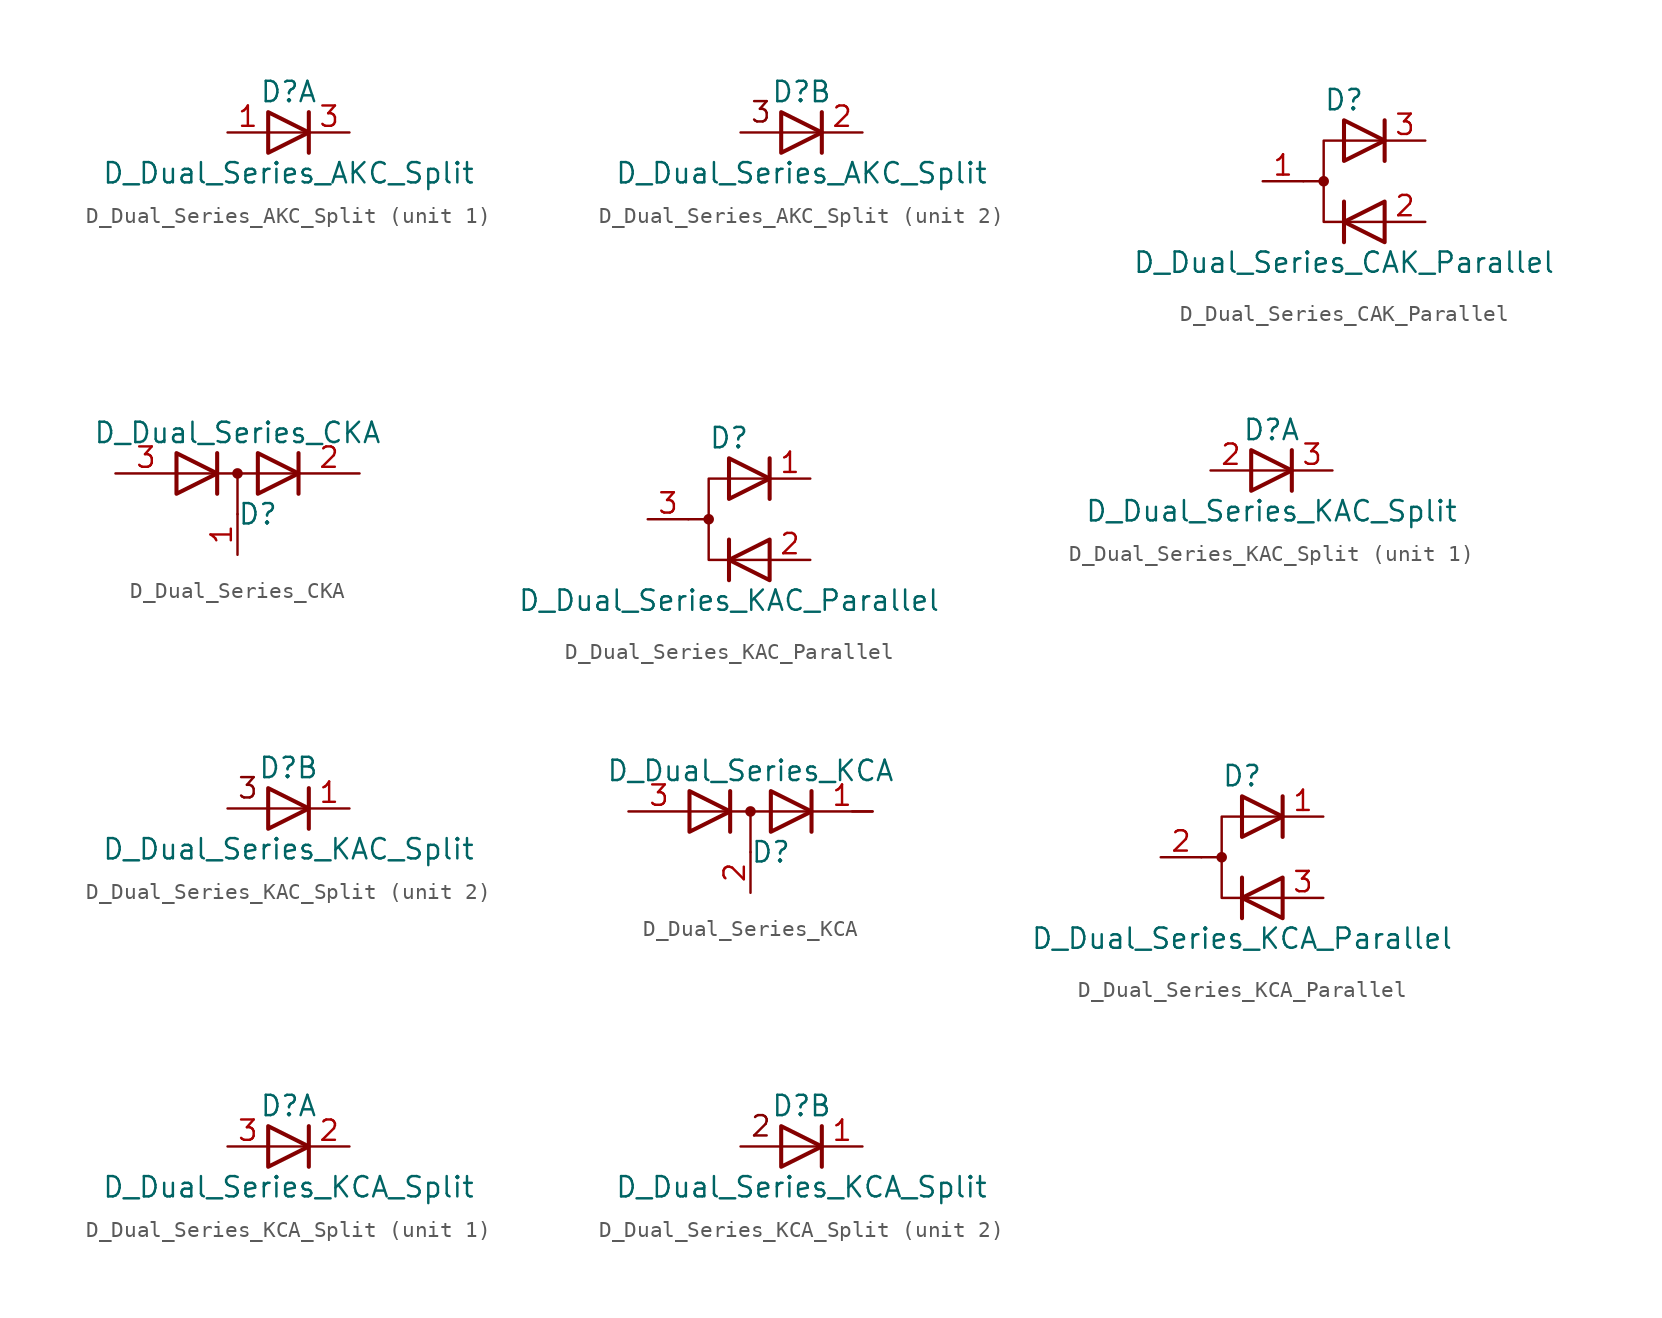
<source format=kicad_sym>
(kicad_symbol_lib
  (version 20211014)
  (generator kicad_symbol_editor)
  (symbol "D_Dual_Series_AKC_Split"
    (pin_names
      (offset 0.762) hide)
    (property "Reference" "D"
      (at 0 2.54 0)
      (effects (font (size 1.27 1.27))))
    (property "Value" "D_Dual_Series_AKC_Split"
      (at 0 -2.54 0)
      (effects (font (size 1.27 1.27))))
    (property "ki_locked" ""
      (at 0 0 0)
      (effects (font (size 1.27 1.27))))
    (symbol "D_Dual_Series_AKC_Split_0_0"
      (polyline (pts (xy 1.27 1.27) (xy 1.27 -1.27)) (stroke (width 0.254) (type default) (color 0 0 0 0)) (fill (type none))))
    (symbol "D_Dual_Series_AKC_Split_0_1"
      (polyline (pts (xy -1.27 1.27) (xy 1.27 0) (xy -1.27 -1.27) (xy -1.27 1.27) (xy -1.27 1.27) (xy -1.27 1.27)) (stroke (width 0.254) (type default) (color 0 0 0 0)) (fill (type none))))
    (symbol "D_Dual_Series_AKC_Split_1_1"
      (polyline (pts (xy 1.27 0) (xy -1.27 0)) (stroke (width 0) (type default) (color 0 0 0 0)) (fill (type none)))
      (pin passive line (at -3.81 0 0) (length 2.54) (name "A" (effects (font (size 1.27 1.27)))) (number "1" (effects (font (size 1.27 1.27)))))
      (pin passive line (at 3.81 0 180) (length 2.54) (name "K" (effects (font (size 1.27 1.27)))) (number "3" (effects (font (size 1.27 1.27))))))
    (symbol "D_Dual_Series_AKC_Split_2_0"
      (polyline (pts (xy 1.27 0) (xy -3.81 0)) (stroke (width 0) (type default) (color 0 0 0 0)) (fill (type none)))
      (text "3" (at -2.54 1.27 0) (effects (font (size 1.27 1.27)))))
    (symbol "D_Dual_Series_AKC_Split_2_1"
      (pin passive line (at 3.81 0 180) (length 2.54) (name "K" (effects (font (size 1.27 1.27)))) (number "2" (effects (font (size 1.27 1.27)))))))
  (symbol "D_Dual_Series_CAK_Parallel"
    (pin_names
      (offset 0.762) hide)
    (property "Reference" "D"
      (at 0 5.08 0)
      (effects (font (size 1.27 1.27))))
    (property "Value" "D_Dual_Series_CAK_Parallel"
      (at 0 -5.08 0)
      (effects (font (size 1.27 1.27))))
    (symbol "D_Dual_Series_CAK_Parallel_0_0"
      (polyline (pts (xy 0 -1.27) (xy 0 -3.81)) (stroke (width 0.254) (type default) (color 0 0 0 0)) (fill (type none)))
      (polyline (pts (xy 2.54 3.81) (xy 2.54 1.27)) (stroke (width 0.254) (type default) (color 0 0 0 0)) (fill (type none))))
    (symbol "D_Dual_Series_CAK_Parallel_0_1"
      (circle (center -1.27 0) (radius 0.254) (stroke (width 0) (type default) (color 0 0 0 0)) (fill (type outline)))
      (polyline (pts (xy -1.27 0) (xy -2.54 0)) (stroke (width 0) (type default) (color 0 0 0 0)) (fill (type none)))
      (polyline (pts (xy 2.54 2.54) (xy -1.27 2.54) (xy -1.27 -2.54) (xy 2.54 -2.54)) (stroke (width 0) (type default) (color 0 0 0 0)) (fill (type none)))
      (polyline (pts (xy 0 3.81) (xy 2.54 2.54) (xy 0 1.27) (xy 0 3.81) (xy 0 3.81) (xy 0 3.81)) (stroke (width 0.254) (type default) (color 0 0 0 0)) (fill (type none)))
      (polyline (pts (xy 2.54 -1.27) (xy 0 -2.54) (xy 2.54 -3.81) (xy 2.54 -1.27) (xy 2.54 -1.27) (xy 2.54 -1.27)) (stroke (width 0.254) (type default) (color 0 0 0 0)) (fill (type none)))
      (pin passive line (at -5.08 0 0) (length 2.54) (name "A" (effects (font (size 1.27 1.27)))) (number "1" (effects (font (size 1.27 1.27)))))
      (pin passive line (at 5.08 -2.54 180) (length 2.54) (name "K" (effects (font (size 1.27 1.27)))) (number "2" (effects (font (size 1.27 1.27)))))
      (pin passive line (at 5.08 2.54 180) (length 2.54) (name "K" (effects (font (size 1.27 1.27)))) (number "3" (effects (font (size 1.27 1.27)))))))
  (symbol "D_Dual_Series_CKA"
    (pin_names
      (offset 0.762) hide)
    (property "Reference" "D"
      (at 1.27 -2.54 0)
      (effects (font (size 1.27 1.27))))
    (property "Value" "D_Dual_Series_CKA"
      (at 0 2.54 0)
      (effects (font (size 1.27 1.27))))
    (symbol "D_Dual_Series_CKA_0_1"
      (polyline (pts (xy -3.81 0) (xy 3.81 0)) (stroke (width 0) (type default) (color 0 0 0 0)) (fill (type none)))
      (polyline (pts (xy 0 0) (xy 0 -2.54)) (stroke (width 0) (type default) (color 0 0 0 0)) (fill (type none)))
      (polyline (pts (xy -1.27 -1.27) (xy -1.27 1.27) (xy -1.27 1.27)) (stroke (width 0.254) (type default) (color 0 0 0 0)) (fill (type none)))
      (polyline (pts (xy 3.81 1.27) (xy 3.81 -1.27) (xy 3.81 -1.27)) (stroke (width 0.254) (type default) (color 0 0 0 0)) (fill (type none)))
      (polyline (pts (xy -3.81 1.27) (xy -1.27 0) (xy -3.81 -1.27) (xy -3.81 1.27) (xy -3.81 1.27) (xy -3.81 1.27)) (stroke (width 0.254) (type default) (color 0 0 0 0)) (fill (type none)))
      (polyline (pts (xy 1.27 1.27) (xy 3.81 0) (xy 1.27 -1.27) (xy 1.27 1.27) (xy 1.27 1.27) (xy 1.27 1.27)) (stroke (width 0.254) (type default) (color 0 0 0 0)) (fill (type none)))
      (circle (center 0 0) (radius 0.254) (stroke (width 0) (type default) (color 0 0 0 0)) (fill (type outline)))
      (pin passive line (at 0 -5.08 90) (length 2.54) (name "common" (effects (font (size 1.27 1.27)))) (number "1" (effects (font (size 1.27 1.27)))))
      (pin passive line (at 7.62 0 180) (length 3.81) (name "K" (effects (font (size 1.27 1.27)))) (number "2" (effects (font (size 1.27 1.27)))))
      (pin passive line (at -7.62 0 0) (length 3.81) (name "A" (effects (font (size 1.27 1.27)))) (number "3" (effects (font (size 1.27 1.27)))))))
  (symbol "D_Dual_Series_KAC_Parallel"
    (pin_names
      (offset 0.762) hide)
    (property "Reference" "D"
      (at 0 5.08 0)
      (effects (font (size 1.27 1.27))))
    (property "Value" "D_Dual_Series_KAC_Parallel"
      (at 0 -5.08 0)
      (effects (font (size 1.27 1.27))))
    (symbol "D_Dual_Series_KAC_Parallel_0_0"
      (polyline (pts (xy 0 -1.27) (xy 0 -3.81)) (stroke (width 0.254) (type default) (color 0 0 0 0)) (fill (type none)))
      (polyline (pts (xy 2.54 3.81) (xy 2.54 1.27)) (stroke (width 0.254) (type default) (color 0 0 0 0)) (fill (type none))))
    (symbol "D_Dual_Series_KAC_Parallel_0_1"
      (circle (center -1.27 0) (radius 0.254) (stroke (width 0) (type default) (color 0 0 0 0)) (fill (type outline)))
      (polyline (pts (xy -1.27 0) (xy -2.54 0)) (stroke (width 0) (type default) (color 0 0 0 0)) (fill (type none)))
      (polyline (pts (xy 2.54 2.54) (xy -1.27 2.54) (xy -1.27 -2.54) (xy 2.54 -2.54)) (stroke (width 0) (type default) (color 0 0 0 0)) (fill (type none)))
      (polyline (pts (xy 0 3.81) (xy 2.54 2.54) (xy 0 1.27) (xy 0 3.81) (xy 0 3.81) (xy 0 3.81)) (stroke (width 0.254) (type default) (color 0 0 0 0)) (fill (type none)))
      (polyline (pts (xy 2.54 -1.27) (xy 0 -2.54) (xy 2.54 -3.81) (xy 2.54 -1.27) (xy 2.54 -1.27) (xy 2.54 -1.27)) (stroke (width 0.254) (type default) (color 0 0 0 0)) (fill (type none)))
      (pin passive line (at 5.08 2.54 180) (length 2.54) (name "K" (effects (font (size 1.27 1.27)))) (number "1" (effects (font (size 1.27 1.27)))))
      (pin passive line (at 5.08 -2.54 180) (length 2.54) (name "K" (effects (font (size 1.27 1.27)))) (number "2" (effects (font (size 1.27 1.27)))))
      (pin passive line (at -5.08 0 0) (length 2.54) (name "A" (effects (font (size 1.27 1.27)))) (number "3" (effects (font (size 1.27 1.27)))))))
  (symbol "D_Dual_Series_KAC_Split"
    (pin_names
      (offset 0.762) hide)
    (property "Reference" "D"
      (at 0 2.54 0)
      (effects (font (size 1.27 1.27))))
    (property "Value" "D_Dual_Series_KAC_Split"
      (at 0 -2.54 0)
      (effects (font (size 1.27 1.27))))
    (property "ki_locked" ""
      (at 0 0 0)
      (effects (font (size 1.27 1.27))))
    (symbol "D_Dual_Series_KAC_Split_0_0"
      (polyline (pts (xy 1.27 1.27) (xy 1.27 -1.27)) (stroke (width 0.254) (type default) (color 0 0 0 0)) (fill (type none))))
    (symbol "D_Dual_Series_KAC_Split_0_1"
      (polyline (pts (xy -1.27 1.27) (xy 1.27 0) (xy -1.27 -1.27) (xy -1.27 1.27) (xy -1.27 1.27) (xy -1.27 1.27)) (stroke (width 0.254) (type default) (color 0 0 0 0)) (fill (type none))))
    (symbol "D_Dual_Series_KAC_Split_1_1"
      (polyline (pts (xy 1.27 0) (xy -1.27 0)) (stroke (width 0) (type default) (color 0 0 0 0)) (fill (type none)))
      (pin passive line (at -3.81 0 0) (length 2.54) (name "A" (effects (font (size 1.27 1.27)))) (number "2" (effects (font (size 1.27 1.27)))))
      (pin passive line (at 3.81 0 180) (length 2.54) (name "K" (effects (font (size 1.27 1.27)))) (number "3" (effects (font (size 1.27 1.27))))))
    (symbol "D_Dual_Series_KAC_Split_2_0"
      (polyline (pts (xy 1.27 0) (xy -3.81 0)) (stroke (width 0) (type default) (color 0 0 0 0)) (fill (type none)))
      (text "3" (at -2.54 1.27 0) (effects (font (size 1.27 1.27)))))
    (symbol "D_Dual_Series_KAC_Split_2_1"
      (pin passive line (at 3.81 0 180) (length 2.54) (name "K" (effects (font (size 1.27 1.27)))) (number "1" (effects (font (size 1.27 1.27)))))))
  (symbol "D_Dual_Series_KCA"
    (pin_names
      (offset 0.762) hide)
    (property "Reference" "D"
      (at 1.27 -2.54 0)
      (effects (font (size 1.27 1.27))))
    (property "Value" "D_Dual_Series_KCA"
      (at 0 2.54 0)
      (effects (font (size 1.27 1.27))))
    (symbol "D_Dual_Series_KCA_0_1"
      (polyline (pts (xy 0 0) (xy 0 -2.54)) (stroke (width 0) (type default) (color 0 0 0 0)) (fill (type none)))
      (polyline (pts (xy 3.81 0) (xy -3.81 0)) (stroke (width 0) (type default) (color 0 0 0 0)) (fill (type none)))
      (polyline (pts (xy 6.35 0) (xy 7.62 0)) (stroke (width 0) (type default) (color 0 0 0 0)) (fill (type none)))
      (polyline (pts (xy -1.27 -1.27) (xy -1.27 1.27) (xy -1.27 1.27)) (stroke (width 0.254) (type default) (color 0 0 0 0)) (fill (type none)))
      (polyline (pts (xy 3.81 1.27) (xy 3.81 -1.27) (xy 3.81 -1.27)) (stroke (width 0.254) (type default) (color 0 0 0 0)) (fill (type none)))
      (polyline (pts (xy -3.81 1.27) (xy -1.27 0) (xy -3.81 -1.27) (xy -3.81 1.27) (xy -3.81 1.27) (xy -3.81 1.27)) (stroke (width 0.254) (type default) (color 0 0 0 0)) (fill (type none)))
      (polyline (pts (xy 1.27 1.27) (xy 3.81 0) (xy 1.27 -1.27) (xy 1.27 1.27) (xy 1.27 1.27) (xy 1.27 1.27)) (stroke (width 0.254) (type default) (color 0 0 0 0)) (fill (type none)))
      (circle (center 0 0) (radius 0.254) (stroke (width 0) (type default) (color 0 0 0 0)) (fill (type outline)))
      (pin passive line (at 7.62 0 180) (length 3.81) (name "K" (effects (font (size 1.27 1.27)))) (number "1" (effects (font (size 1.27 1.27)))))
      (pin passive line (at 0 -5.08 90) (length 2.54) (name "common" (effects (font (size 1.27 1.27)))) (number "2" (effects (font (size 1.27 1.27)))))
      (pin passive line (at -7.62 0 0) (length 3.81) (name "A" (effects (font (size 1.27 1.27)))) (number "3" (effects (font (size 1.27 1.27)))))))
  (symbol "D_Dual_Series_KCA_Parallel"
    (pin_names
      (offset 0.762) hide)
    (property "Reference" "D"
      (at 0 5.08 0)
      (effects (font (size 1.27 1.27))))
    (property "Value" "D_Dual_Series_KCA_Parallel"
      (at 0 -5.08 0)
      (effects (font (size 1.27 1.27))))
    (symbol "D_Dual_Series_KCA_Parallel_0_0"
      (polyline (pts (xy 0 -1.27) (xy 0 -3.81)) (stroke (width 0.254) (type default) (color 0 0 0 0)) (fill (type none)))
      (polyline (pts (xy 2.54 3.81) (xy 2.54 1.27)) (stroke (width 0.254) (type default) (color 0 0 0 0)) (fill (type none))))
    (symbol "D_Dual_Series_KCA_Parallel_0_1"
      (circle (center -1.27 0) (radius 0.254) (stroke (width 0) (type default) (color 0 0 0 0)) (fill (type outline)))
      (polyline (pts (xy -1.27 0) (xy -2.54 0)) (stroke (width 0) (type default) (color 0 0 0 0)) (fill (type none)))
      (polyline (pts (xy 2.54 2.54) (xy -1.27 2.54) (xy -1.27 -2.54) (xy 2.54 -2.54)) (stroke (width 0) (type default) (color 0 0 0 0)) (fill (type none)))
      (polyline (pts (xy 0 3.81) (xy 2.54 2.54) (xy 0 1.27) (xy 0 3.81) (xy 0 3.81) (xy 0 3.81)) (stroke (width 0.254) (type default) (color 0 0 0 0)) (fill (type none)))
      (polyline (pts (xy 2.54 -1.27) (xy 0 -2.54) (xy 2.54 -3.81) (xy 2.54 -1.27) (xy 2.54 -1.27) (xy 2.54 -1.27)) (stroke (width 0.254) (type default) (color 0 0 0 0)) (fill (type none)))
      (pin passive line (at 5.08 2.54 180) (length 2.54) (name "K" (effects (font (size 1.27 1.27)))) (number "1" (effects (font (size 1.27 1.27)))))
      (pin passive line (at -5.08 0 0) (length 2.54) (name "A" (effects (font (size 1.27 1.27)))) (number "2" (effects (font (size 1.27 1.27)))))
      (pin passive line (at 5.08 -2.54 180) (length 2.54) (name "K" (effects (font (size 1.27 1.27)))) (number "3" (effects (font (size 1.27 1.27)))))))
  (symbol "D_Dual_Series_KCA_Split"
    (pin_names
      (offset 0.762) hide)
    (property "Reference" "D"
      (at 0 2.54 0)
      (effects (font (size 1.27 1.27))))
    (property "Value" "D_Dual_Series_KCA_Split"
      (at 0 -2.54 0)
      (effects (font (size 1.27 1.27))))
    (property "ki_locked" ""
      (at 0 0 0)
      (effects (font (size 1.27 1.27))))
    (symbol "D_Dual_Series_KCA_Split_0_0"
      (polyline (pts (xy 1.27 1.27) (xy 1.27 -1.27)) (stroke (width 0.254) (type default) (color 0 0 0 0)) (fill (type none))))
    (symbol "D_Dual_Series_KCA_Split_0_1"
      (polyline (pts (xy -1.27 1.27) (xy 1.27 0) (xy -1.27 -1.27) (xy -1.27 1.27) (xy -1.27 1.27) (xy -1.27 1.27)) (stroke (width 0.254) (type default) (color 0 0 0 0)) (fill (type none))))
    (symbol "D_Dual_Series_KCA_Split_1_1"
      (polyline (pts (xy 1.27 0) (xy -1.27 0)) (stroke (width 0) (type default) (color 0 0 0 0)) (fill (type none)))
      (pin passive line (at 3.81 0 180) (length 2.54) (name "K" (effects (font (size 1.27 1.27)))) (number "2" (effects (font (size 1.27 1.27)))))
      (pin passive line (at -3.81 0 0) (length 2.54) (name "A" (effects (font (size 1.27 1.27)))) (number "3" (effects (font (size 1.27 1.27))))))
    (symbol "D_Dual_Series_KCA_Split_2_0"
      (polyline (pts (xy 1.27 0) (xy -3.81 0)) (stroke (width 0) (type default) (color 0 0 0 0)) (fill (type none)))
      (text "2" (at -2.54 1.27 0) (effects (font (size 1.27 1.27)))))
    (symbol "D_Dual_Series_KCA_Split_2_1"
      (pin passive line (at 3.81 0 180) (length 2.54) (name "K" (effects (font (size 1.27 1.27)))) (number "1" (effects (font (size 1.27 1.27))))))))
</source>
